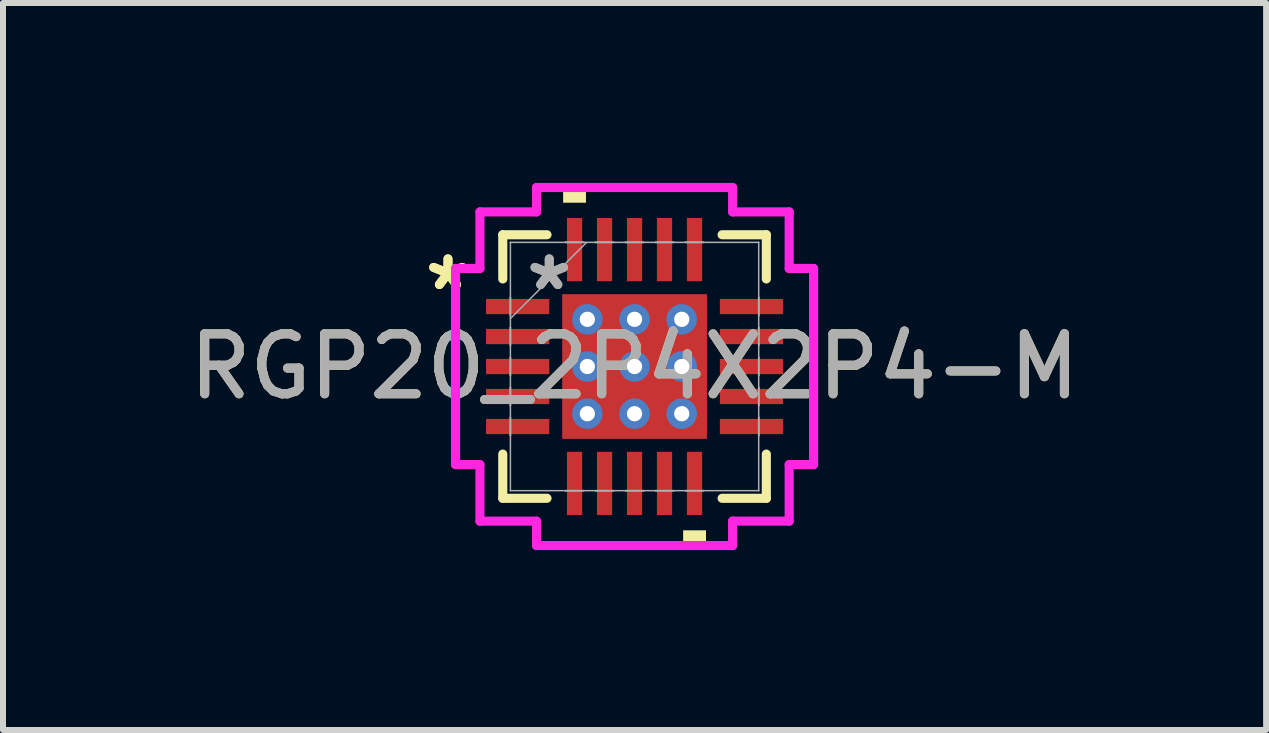
<source format=kicad_pcb>
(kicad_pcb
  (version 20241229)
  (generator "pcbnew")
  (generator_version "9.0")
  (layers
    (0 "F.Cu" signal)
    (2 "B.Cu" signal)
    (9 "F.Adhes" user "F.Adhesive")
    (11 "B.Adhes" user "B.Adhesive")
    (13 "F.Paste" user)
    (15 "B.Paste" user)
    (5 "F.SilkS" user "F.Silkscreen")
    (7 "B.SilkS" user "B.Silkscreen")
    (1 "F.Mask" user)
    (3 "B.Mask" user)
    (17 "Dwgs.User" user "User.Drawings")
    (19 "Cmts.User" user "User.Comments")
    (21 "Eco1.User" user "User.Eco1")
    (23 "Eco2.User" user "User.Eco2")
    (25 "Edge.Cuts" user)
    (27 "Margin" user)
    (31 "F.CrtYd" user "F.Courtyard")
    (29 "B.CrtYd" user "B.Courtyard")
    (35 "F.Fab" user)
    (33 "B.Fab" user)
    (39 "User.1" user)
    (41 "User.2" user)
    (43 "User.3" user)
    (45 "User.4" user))
  (footprint "RGP20_2P4X2P4-M"
    (layer "F.Cu")
    (at 7.53 3.061)
    (property "Reference" "RGP20_2P4X2P4-M" (at 0 0 0) (unlocked yes) (layer "F.SilkS") (effects (font (size 1 1) (thickness 0.15))))
    (attr smd)
    (fp_poly (pts (xy -1.27 -1.27) (xy -0.987 -1.27) (xy -0.987 1.27) (xy -1.27 1.27)) (stroke (width 0) (type solid)) (fill yes) (layer "F.Mask"))
    (fp_poly (pts (xy -1.27 -1.27) (xy 1.27 -1.27) (xy 1.27 -0.987) (xy -1.27 -0.987)) (stroke (width 0) (type solid)) (fill yes) (layer "F.Mask"))
    (fp_poly (pts (xy -1.27 -0.587) (xy 1.27 -0.587) (xy 1.27 -0.2) (xy -1.27 -0.2)) (stroke (width 0) (type solid)) (fill yes) (layer "F.Mask"))
    (fp_poly (pts (xy -1.27 0.2) (xy 1.27 0.2) (xy 1.27 0.587) (xy -1.27 0.587)) (stroke (width 0) (type solid)) (fill yes) (layer "F.Mask"))
    (fp_poly (pts (xy -1.27 0.987) (xy 1.27 0.987) (xy 1.27 1.27) (xy -1.27 1.27)) (stroke (width 0) (type solid)) (fill yes) (layer "F.Mask"))
    (fp_poly (pts (xy -0.2 -1.27) (xy -0.587 -1.27) (xy -0.587 1.27) (xy -0.2 1.27)) (stroke (width 0) (type solid)) (fill yes) (layer "F.Mask"))
    (fp_poly (pts (xy 0.587 -1.27) (xy 0.2 -1.27) (xy 0.2 1.27) (xy 0.587 1.27)) (stroke (width 0) (type solid)) (fill yes) (layer "F.Mask"))
    (fp_poly (pts (xy 0.987 -1.27) (xy 1.27 -1.27) (xy 1.27 1.27) (xy 0.987 1.27)) (stroke (width 0) (type solid)) (fill yes) (layer "F.Mask"))
    (fp_line (start -2.197 -2.197) (end -2.197 -1.46) (stroke (width 0.152) (type solid)) (layer "F.SilkS"))
    (fp_line (start -2.197 1.46) (end -2.197 2.197) (stroke (width 0.152) (type solid)) (layer "F.SilkS"))
    (fp_line (start -2.197 2.197) (end -1.46 2.197) (stroke (width 0.152) (type solid)) (layer "F.SilkS"))
    (fp_line (start -1.46 -2.197) (end -2.197 -2.197) (stroke (width 0.152) (type solid)) (layer "F.SilkS"))
    (fp_line (start 1.46 2.197) (end 2.197 2.197) (stroke (width 0.152) (type solid)) (layer "F.SilkS"))
    (fp_line (start 2.197 -2.197) (end 1.46 -2.197) (stroke (width 0.152) (type solid)) (layer "F.SilkS"))
    (fp_line (start 2.197 -1.46) (end 2.197 -2.197) (stroke (width 0.152) (type solid)) (layer "F.SilkS"))
    (fp_line (start 2.197 2.197) (end 2.197 1.46) (stroke (width 0.152) (type solid)) (layer "F.SilkS"))
    (fp_poly (pts (xy -1.191 -2.731) (xy -1.191 -2.985) (xy -0.81 -2.985) (xy -0.81 -2.731)) (stroke (width 0) (type solid)) (fill yes) (layer "F.SilkS"))
    (fp_poly (pts (xy 0.81 2.731) (xy 0.81 2.985) (xy 1.191 2.985) (xy 1.191 2.731)) (stroke (width 0) (type solid)) (fill yes) (layer "F.SilkS"))
    (fp_poly (pts (xy -1.132 -1.132) (xy -1.132 -0.887) (xy -1.029 -0.887) (xy -0.887 -1.029) (xy -0.887 -1.132)) (stroke (width 0) (type solid)) (fill yes) (layer "F.Paste"))
    (fp_poly (pts (xy -1.132 0.887) (xy -1.132 1.132) (xy -0.887 1.132) (xy -0.887 1.029) (xy -1.029 0.887)) (stroke (width 0) (type solid)) (fill yes) (layer "F.Paste"))
    (fp_poly (pts (xy 0.887 -1.132) (xy 0.887 -1.029) (xy 1.029 -0.887) (xy 1.132 -0.887) (xy 1.132 -1.132)) (stroke (width 0) (type solid)) (fill yes) (layer "F.Paste"))
    (fp_poly (pts (xy 1.029 0.887) (xy 0.887 1.029) (xy 0.887 1.132) (xy 1.132 1.132) (xy 1.132 0.887)) (stroke (width 0) (type solid)) (fill yes) (layer "F.Paste"))
    (fp_poly (pts (xy -1.132 -0.687) (xy -1.132 -0.1) (xy -1.029 -0.1) (xy -0.887 -0.241) (xy -0.887 -0.546) (xy -1.029 -0.687)) (stroke (width 0) (type solid)) (fill yes) (layer "F.Paste"))
    (fp_poly (pts (xy -1.132 0.1) (xy -1.132 0.687) (xy -1.029 0.687) (xy -0.887 0.546) (xy -0.887 0.241) (xy -1.029 0.1)) (stroke (width 0) (type solid)) (fill yes) (layer "F.Paste"))
    (fp_poly (pts (xy -0.687 -1.132) (xy -0.687 -1.029) (xy -0.546 -0.887) (xy -0.241 -0.887) (xy -0.1 -1.029) (xy -0.1 -1.132)) (stroke (width 0) (type solid)) (fill yes) (layer "F.Paste"))
    (fp_poly (pts (xy -0.546 0.887) (xy -0.687 1.029) (xy -0.687 1.132) (xy -0.1 1.132) (xy -0.1 1.029) (xy -0.241 0.887)) (stroke (width 0) (type solid)) (fill yes) (layer "F.Paste"))
    (fp_poly (pts (xy 0.1 -1.132) (xy 0.1 -1.029) (xy 0.241 -0.887) (xy 0.546 -0.887) (xy 0.687 -1.029) (xy 0.687 -1.132)) (stroke (width 0) (type solid)) (fill yes) (layer "F.Paste"))
    (fp_poly (pts (xy 0.241 0.887) (xy 0.1 1.029) (xy 0.1 1.132) (xy 0.687 1.132) (xy 0.687 1.029) (xy 0.546 0.887)) (stroke (width 0) (type solid)) (fill yes) (layer "F.Paste"))
    (fp_poly (pts (xy 1.029 -0.687) (xy 0.887 -0.546) (xy 0.887 -0.241) (xy 1.029 -0.1) (xy 1.132 -0.1) (xy 1.132 -0.687)) (stroke (width 0) (type solid)) (fill yes) (layer "F.Paste"))
    (fp_poly (pts (xy 1.029 0.1) (xy 0.887 0.241) (xy 0.887 0.546) (xy 1.029 0.687) (xy 1.132 0.687) (xy 1.132 0.1)) (stroke (width 0) (type solid)) (fill yes) (layer "F.Paste"))
    (fp_poly (pts (xy -0.546 -0.687) (xy -0.687 -0.546) (xy -0.687 -0.241) (xy -0.546 -0.1) (xy -0.241 -0.1) (xy -0.1 -0.241) (xy -0.1 -0.546) (xy -0.241 -0.687)) (stroke (width 0) (type solid)) (fill yes) (layer "F.Paste"))
    (fp_poly (pts (xy -0.546 0.1) (xy -0.687 0.241) (xy -0.687 0.546) (xy -0.546 0.687) (xy -0.241 0.687) (xy -0.1 0.546) (xy -0.1 0.241) (xy -0.241 0.1)) (stroke (width 0) (type solid)) (fill yes) (layer "F.Paste"))
    (fp_poly (pts (xy 0.241 -0.687) (xy 0.1 -0.546) (xy 0.1 -0.241) (xy 0.241 -0.1) (xy 0.546 -0.1) (xy 0.687 -0.241) (xy 0.687 -0.546) (xy 0.546 -0.687)) (stroke (width 0) (type solid)) (fill yes) (layer "F.Paste"))
    (fp_poly (pts (xy 0.241 0.1) (xy 0.1 0.241) (xy 0.1 0.546) (xy 0.241 0.687) (xy 0.546 0.687) (xy 0.687 0.546) (xy 0.687 0.241) (xy 0.546 0.1)) (stroke (width 0) (type solid)) (fill yes) (layer "F.Paste"))
    (fp_line (start -2.985 -1.635) (end -2.578 -1.635) (stroke (width 0.152) (type solid)) (layer "F.CrtYd"))
    (fp_line (start -2.985 1.635) (end -2.985 -1.635) (stroke (width 0.152) (type solid)) (layer "F.CrtYd"))
    (fp_line (start -2.578 -2.578) (end -1.635 -2.578) (stroke (width 0.152) (type solid)) (layer "F.CrtYd"))
    (fp_line (start -2.578 -1.635) (end -2.578 -2.578) (stroke (width 0.152) (type solid)) (layer "F.CrtYd"))
    (fp_line (start -2.578 1.635) (end -2.985 1.635) (stroke (width 0.152) (type solid)) (layer "F.CrtYd"))
    (fp_line (start -2.578 2.578) (end -2.578 1.635) (stroke (width 0.152) (type solid)) (layer "F.CrtYd"))
    (fp_line (start -1.635 -2.985) (end 1.635 -2.985) (stroke (width 0.152) (type solid)) (layer "F.CrtYd"))
    (fp_line (start -1.635 -2.578) (end -1.635 -2.985) (stroke (width 0.152) (type solid)) (layer "F.CrtYd"))
    (fp_line (start -1.635 2.578) (end -2.578 2.578) (stroke (width 0.152) (type solid)) (layer "F.CrtYd"))
    (fp_line (start -1.635 2.985) (end -1.635 2.578) (stroke (width 0.152) (type solid)) (layer "F.CrtYd"))
    (fp_line (start 1.635 -2.985) (end 1.635 -2.578) (stroke (width 0.152) (type solid)) (layer "F.CrtYd"))
    (fp_line (start 1.635 -2.578) (end 2.578 -2.578) (stroke (width 0.152) (type solid)) (layer "F.CrtYd"))
    (fp_line (start 1.635 2.578) (end 1.635 2.985) (stroke (width 0.152) (type solid)) (layer "F.CrtYd"))
    (fp_line (start 1.635 2.985) (end -1.635 2.985) (stroke (width 0.152) (type solid)) (layer "F.CrtYd"))
    (fp_line (start 2.578 -2.578) (end 2.578 -1.635) (stroke (width 0.152) (type solid)) (layer "F.CrtYd"))
    (fp_line (start 2.578 -1.635) (end 2.985 -1.635) (stroke (width 0.152) (type solid)) (layer "F.CrtYd"))
    (fp_line (start 2.578 1.635) (end 2.578 2.578) (stroke (width 0.152) (type solid)) (layer "F.CrtYd"))
    (fp_line (start 2.578 2.578) (end 1.635 2.578) (stroke (width 0.152) (type solid)) (layer "F.CrtYd"))
    (fp_line (start 2.985 -1.635) (end 2.985 1.635) (stroke (width 0.152) (type solid)) (layer "F.CrtYd"))
    (fp_line (start 2.985 1.635) (end 2.578 1.635) (stroke (width 0.152) (type solid)) (layer "F.CrtYd"))
    (fp_line (start -2.07 -2.07) (end -2.07 -2.07) (stroke (width 0.025) (type solid)) (layer "F.Fab"))
    (fp_line (start -2.07 -2.07) (end -2.07 2.07) (stroke (width 0.025) (type solid)) (layer "F.Fab"))
    (fp_line (start -2.07 -1.152) (end -2.07 -1.152) (stroke (width 0.025) (type solid)) (layer "F.Fab"))
    (fp_line (start -2.07 -1.152) (end -2.07 -0.848) (stroke (width 0.025) (type solid)) (layer "F.Fab"))
    (fp_line (start -2.07 -0.848) (end -2.07 -1.152) (stroke (width 0.025) (type solid)) (layer "F.Fab"))
    (fp_line (start -2.07 -0.848) (end -2.07 -0.848) (stroke (width 0.025) (type solid)) (layer "F.Fab"))
    (fp_line (start -2.07 -0.8) (end -0.8 -2.07) (stroke (width 0.025) (type solid)) (layer "F.Fab"))
    (fp_line (start -2.07 -0.652) (end -2.07 -0.652) (stroke (width 0.025) (type solid)) (layer "F.Fab"))
    (fp_line (start -2.07 -0.652) (end -2.07 -0.348) (stroke (width 0.025) (type solid)) (layer "F.Fab"))
    (fp_line (start -2.07 -0.348) (end -2.07 -0.652) (stroke (width 0.025) (type solid)) (layer "F.Fab"))
    (fp_line (start -2.07 -0.348) (end -2.07 -0.348) (stroke (width 0.025) (type solid)) (layer "F.Fab"))
    (fp_line (start -2.07 -0.152) (end -2.07 -0.152) (stroke (width 0.025) (type solid)) (layer "F.Fab"))
    (fp_line (start -2.07 -0.152) (end -2.07 0.152) (stroke (width 0.025) (type solid)) (layer "F.Fab"))
    (fp_line (start -2.07 0.152) (end -2.07 -0.152) (stroke (width 0.025) (type solid)) (layer "F.Fab"))
    (fp_line (start -2.07 0.152) (end -2.07 0.152) (stroke (width 0.025) (type solid)) (layer "F.Fab"))
    (fp_line (start -2.07 0.348) (end -2.07 0.348) (stroke (width 0.025) (type solid)) (layer "F.Fab"))
    (fp_line (start -2.07 0.348) (end -2.07 0.652) (stroke (width 0.025) (type solid)) (layer "F.Fab"))
    (fp_line (start -2.07 0.652) (end -2.07 0.348) (stroke (width 0.025) (type solid)) (layer "F.Fab"))
    (fp_line (start -2.07 0.652) (end -2.07 0.652) (stroke (width 0.025) (type solid)) (layer "F.Fab"))
    (fp_line (start -2.07 0.848) (end -2.07 0.848) (stroke (width 0.025) (type solid)) (layer "F.Fab"))
    (fp_line (start -2.07 0.848) (end -2.07 1.152) (stroke (width 0.025) (type solid)) (layer "F.Fab"))
    (fp_line (start -2.07 1.152) (end -2.07 0.848) (stroke (width 0.025) (type solid)) (layer "F.Fab"))
    (fp_line (start -2.07 1.152) (end -2.07 1.152) (stroke (width 0.025) (type solid)) (layer "F.Fab"))
    (fp_line (start -2.07 2.07) (end -2.07 2.07) (stroke (width 0.025) (type solid)) (layer "F.Fab"))
    (fp_line (start -2.07 2.07) (end 2.07 2.07) (stroke (width 0.025) (type solid)) (layer "F.Fab"))
    (fp_line (start -1.152 -2.07) (end -1.152 -2.07) (stroke (width 0.025) (type solid)) (layer "F.Fab"))
    (fp_line (start -1.152 -2.07) (end -0.848 -2.07) (stroke (width 0.025) (type solid)) (layer "F.Fab"))
    (fp_line (start -1.152 2.07) (end -1.152 2.07) (stroke (width 0.025) (type solid)) (layer "F.Fab"))
    (fp_line (start -1.152 2.07) (end -0.848 2.07) (stroke (width 0.025) (type solid)) (layer "F.Fab"))
    (fp_line (start -0.848 -2.07) (end -1.152 -2.07) (stroke (width 0.025) (type solid)) (layer "F.Fab"))
    (fp_line (start -0.848 -2.07) (end -0.848 -2.07) (stroke (width 0.025) (type solid)) (layer "F.Fab"))
    (fp_line (start -0.848 2.07) (end -1.152 2.07) (stroke (width 0.025) (type solid)) (layer "F.Fab"))
    (fp_line (start -0.848 2.07) (end -0.848 2.07) (stroke (width 0.025) (type solid)) (layer "F.Fab"))
    (fp_line (start -0.652 -2.07) (end -0.652 -2.07) (stroke (width 0.025) (type solid)) (layer "F.Fab"))
    (fp_line (start -0.652 -2.07) (end -0.348 -2.07) (stroke (width 0.025) (type solid)) (layer "F.Fab"))
    (fp_line (start -0.652 2.07) (end -0.652 2.07) (stroke (width 0.025) (type solid)) (layer "F.Fab"))
    (fp_line (start -0.652 2.07) (end -0.348 2.07) (stroke (width 0.025) (type solid)) (layer "F.Fab"))
    (fp_line (start -0.348 -2.07) (end -0.652 -2.07) (stroke (width 0.025) (type solid)) (layer "F.Fab"))
    (fp_line (start -0.348 -2.07) (end -0.348 -2.07) (stroke (width 0.025) (type solid)) (layer "F.Fab"))
    (fp_line (start -0.348 2.07) (end -0.652 2.07) (stroke (width 0.025) (type solid)) (layer "F.Fab"))
    (fp_line (start -0.348 2.07) (end -0.348 2.07) (stroke (width 0.025) (type solid)) (layer "F.Fab"))
    (fp_line (start -0.152 -2.07) (end -0.152 -2.07) (stroke (width 0.025) (type solid)) (layer "F.Fab"))
    (fp_line (start -0.152 -2.07) (end 0.152 -2.07) (stroke (width 0.025) (type solid)) (layer "F.Fab"))
    (fp_line (start -0.152 2.07) (end -0.152 2.07) (stroke (width 0.025) (type solid)) (layer "F.Fab"))
    (fp_line (start -0.152 2.07) (end 0.152 2.07) (stroke (width 0.025) (type solid)) (layer "F.Fab"))
    (fp_line (start 0.152 -2.07) (end -0.152 -2.07) (stroke (width 0.025) (type solid)) (layer "F.Fab"))
    (fp_line (start 0.152 -2.07) (end 0.152 -2.07) (stroke (width 0.025) (type solid)) (layer "F.Fab"))
    (fp_line (start 0.152 2.07) (end -0.152 2.07) (stroke (width 0.025) (type solid)) (layer "F.Fab"))
    (fp_line (start 0.152 2.07) (end 0.152 2.07) (stroke (width 0.025) (type solid)) (layer "F.Fab"))
    (fp_line (start 0.348 -2.07) (end 0.348 -2.07) (stroke (width 0.025) (type solid)) (layer "F.Fab"))
    (fp_line (start 0.348 -2.07) (end 0.652 -2.07) (stroke (width 0.025) (type solid)) (layer "F.Fab"))
    (fp_line (start 0.348 2.07) (end 0.348 2.07) (stroke (width 0.025) (type solid)) (layer "F.Fab"))
    (fp_line (start 0.348 2.07) (end 0.652 2.07) (stroke (width 0.025) (type solid)) (layer "F.Fab"))
    (fp_line (start 0.652 -2.07) (end 0.348 -2.07) (stroke (width 0.025) (type solid)) (layer "F.Fab"))
    (fp_line (start 0.652 -2.07) (end 0.652 -2.07) (stroke (width 0.025) (type solid)) (layer "F.Fab"))
    (fp_line (start 0.652 2.07) (end 0.348 2.07) (stroke (width 0.025) (type solid)) (layer "F.Fab"))
    (fp_line (start 0.652 2.07) (end 0.652 2.07) (stroke (width 0.025) (type solid)) (layer "F.Fab"))
    (fp_line (start 0.848 -2.07) (end 0.848 -2.07) (stroke (width 0.025) (type solid)) (layer "F.Fab"))
    (fp_line (start 0.848 -2.07) (end 1.152 -2.07) (stroke (width 0.025) (type solid)) (layer "F.Fab"))
    (fp_line (start 0.848 2.07) (end 0.848 2.07) (stroke (width 0.025) (type solid)) (layer "F.Fab"))
    (fp_line (start 0.848 2.07) (end 1.152 2.07) (stroke (width 0.025) (type solid)) (layer "F.Fab"))
    (fp_line (start 1.152 -2.07) (end 0.848 -2.07) (stroke (width 0.025) (type solid)) (layer "F.Fab"))
    (fp_line (start 1.152 -2.07) (end 1.152 -2.07) (stroke (width 0.025) (type solid)) (layer "F.Fab"))
    (fp_line (start 1.152 2.07) (end 0.848 2.07) (stroke (width 0.025) (type solid)) (layer "F.Fab"))
    (fp_line (start 1.152 2.07) (end 1.152 2.07) (stroke (width 0.025) (type solid)) (layer "F.Fab"))
    (fp_line (start 2.07 -2.07) (end -2.07 -2.07) (stroke (width 0.025) (type solid)) (layer "F.Fab"))
    (fp_line (start 2.07 -2.07) (end 2.07 -2.07) (stroke (width 0.025) (type solid)) (layer "F.Fab"))
    (fp_line (start 2.07 -1.152) (end 2.07 -1.152) (stroke (width 0.025) (type solid)) (layer "F.Fab"))
    (fp_line (start 2.07 -1.152) (end 2.07 -0.848) (stroke (width 0.025) (type solid)) (layer "F.Fab"))
    (fp_line (start 2.07 -0.848) (end 2.07 -1.152) (stroke (width 0.025) (type solid)) (layer "F.Fab"))
    (fp_line (start 2.07 -0.848) (end 2.07 -0.848) (stroke (width 0.025) (type solid)) (layer "F.Fab"))
    (fp_line (start 2.07 -0.652) (end 2.07 -0.652) (stroke (width 0.025) (type solid)) (layer "F.Fab"))
    (fp_line (start 2.07 -0.652) (end 2.07 -0.348) (stroke (width 0.025) (type solid)) (layer "F.Fab"))
    (fp_line (start 2.07 -0.348) (end 2.07 -0.652) (stroke (width 0.025) (type solid)) (layer "F.Fab"))
    (fp_line (start 2.07 -0.348) (end 2.07 -0.348) (stroke (width 0.025) (type solid)) (layer "F.Fab"))
    (fp_line (start 2.07 -0.152) (end 2.07 -0.152) (stroke (width 0.025) (type solid)) (layer "F.Fab"))
    (fp_line (start 2.07 -0.152) (end 2.07 0.152) (stroke (width 0.025) (type solid)) (layer "F.Fab"))
    (fp_line (start 2.07 0.152) (end 2.07 -0.152) (stroke (width 0.025) (type solid)) (layer "F.Fab"))
    (fp_line (start 2.07 0.152) (end 2.07 0.152) (stroke (width 0.025) (type solid)) (layer "F.Fab"))
    (fp_line (start 2.07 0.348) (end 2.07 0.348) (stroke (width 0.025) (type solid)) (layer "F.Fab"))
    (fp_line (start 2.07 0.348) (end 2.07 0.652) (stroke (width 0.025) (type solid)) (layer "F.Fab"))
    (fp_line (start 2.07 0.652) (end 2.07 0.348) (stroke (width 0.025) (type solid)) (layer "F.Fab"))
    (fp_line (start 2.07 0.652) (end 2.07 0.652) (stroke (width 0.025) (type solid)) (layer "F.Fab"))
    (fp_line (start 2.07 0.848) (end 2.07 0.848) (stroke (width 0.025) (type solid)) (layer "F.Fab"))
    (fp_line (start 2.07 0.848) (end 2.07 1.152) (stroke (width 0.025) (type solid)) (layer "F.Fab"))
    (fp_line (start 2.07 1.152) (end 2.07 0.848) (stroke (width 0.025) (type solid)) (layer "F.Fab"))
    (fp_line (start 2.07 1.152) (end 2.07 1.152) (stroke (width 0.025) (type solid)) (layer "F.Fab"))
    (fp_line (start 2.07 2.07) (end 2.07 -2.07) (stroke (width 0.025) (type solid)) (layer "F.Fab"))
    (fp_line (start 2.07 2.07) (end 2.07 2.07) (stroke (width 0.025) (type solid)) (layer "F.Fab"))
    (fp_text user "*" (at -3.111 -1.25 0) (layer "F.SilkS") (effects (font (size 1 1) (thickness 0.15))))
    (fp_text user "*" (at -3.111 -1.25 0) (unlocked yes) (layer "F.SilkS") (effects (font (size 1 1) (thickness 0.15))))
    (fp_text user "*" (at -1.422 -1.25 0) (layer "F.Fab") (effects (font (size 1 1) (thickness 0.15))))
    (fp_text user "${REFERENCE}" (at 0 0 0) (unlocked yes) (layer "F.Fab") (effects (font (size 1 1) (thickness 0.15))))
    (fp_text user "*" (at -1.422 -1.25 0) (unlocked yes) (layer "F.Fab") (effects (font (size 1 1) (thickness 0.15))))
    (pad "1" smd rect (at -1.949 -1 90) (size 0.254 1.054) (layers "F.Cu" "F.Mask" "F.Paste"))
    (pad "2" smd rect (at -1.949 -0.5 90) (size 0.254 1.054) (layers "F.Cu" "F.Mask" "F.Paste"))
    (pad "3" smd rect (at -1.949 0 90) (size 0.254 1.054) (layers "F.Cu" "F.Mask" "F.Paste"))
    (pad "4" smd rect (at -1.949 0.5 90) (size 0.254 1.054) (layers "F.Cu" "F.Mask" "F.Paste"))
    (pad "5" smd rect (at -1.949 1 90) (size 0.254 1.054) (layers "F.Cu" "F.Mask" "F.Paste"))
    (pad "6" smd rect (at -1 1.949) (size 0.254 1.054) (layers "F.Cu" "F.Mask" "F.Paste"))
    (pad "7" smd rect (at -0.5 1.949) (size 0.254 1.054) (layers "F.Cu" "F.Mask" "F.Paste"))
    (pad "8" smd rect (at 0 1.949) (size 0.254 1.054) (layers "F.Cu" "F.Mask" "F.Paste"))
    (pad "9" smd rect (at 0.5 1.949) (size 0.254 1.054) (layers "F.Cu" "F.Mask" "F.Paste"))
    (pad "10" smd rect (at 1 1.949) (size 0.254 1.054) (layers "F.Cu" "F.Mask" "F.Paste"))
    (pad "11" smd rect (at 1.949 1 90) (size 0.254 1.054) (layers "F.Cu" "F.Mask" "F.Paste"))
    (pad "12" smd rect (at 1.949 0.5 90) (size 0.254 1.054) (layers "F.Cu" "F.Mask" "F.Paste"))
    (pad "13" smd rect (at 1.949 0 90) (size 0.254 1.054) (layers "F.Cu" "F.Mask" "F.Paste"))
    (pad "14" smd rect (at 1.949 -0.5 90) (size 0.254 1.054) (layers "F.Cu" "F.Mask" "F.Paste"))
    (pad "15" smd rect (at 1.949 -1 90) (size 0.254 1.054) (layers "F.Cu" "F.Mask" "F.Paste"))
    (pad "16" smd rect (at 1 -1.949) (size 0.254 1.054) (layers "F.Cu" "F.Mask" "F.Paste"))
    (pad "17" smd rect (at 0.5 -1.949) (size 0.254 1.054) (layers "F.Cu" "F.Mask" "F.Paste"))
    (pad "18" smd rect (at 0 -1.949) (size 0.254 1.054) (layers "F.Cu" "F.Mask" "F.Paste"))
    (pad "19" smd rect (at -0.5 -1.949) (size 0.254 1.054) (layers "F.Cu" "F.Mask" "F.Paste"))
    (pad "20" smd rect (at -1 -1.949) (size 0.254 1.054) (layers "F.Cu" "F.Mask" "F.Paste"))
    (pad "21" smd rect (at 0 0) (size 2.413 2.413) (layers "F.Cu"))
    (pad "V" thru_hole circle (at -0.787 -0.787) (size 0.508 0.508) (drill 0.254) (layers "*.Cu" "*.Mask"))
    (pad "V" thru_hole circle (at -0.787 0) (size 0.508 0.508) (drill 0.254) (layers "*.Cu" "*.Mask"))
    (pad "V" thru_hole circle (at -0.787 0.787) (size 0.508 0.508) (drill 0.254) (layers "*.Cu" "*.Mask"))
    (pad "V" thru_hole circle (at 0 -0.787) (size 0.508 0.508) (drill 0.254) (layers "*.Cu" "*.Mask"))
    (pad "V" thru_hole circle (at 0 0) (size 0.508 0.508) (drill 0.254) (layers "*.Cu" "*.Mask"))
    (pad "V" thru_hole circle (at 0 0.787) (size 0.508 0.508) (drill 0.254) (layers "*.Cu" "*.Mask"))
    (pad "V" thru_hole circle (at 0.787 -0.787) (size 0.508 0.508) (drill 0.254) (layers "*.Cu" "*.Mask"))
    (pad "V" thru_hole circle (at 0.787 0) (size 0.508 0.508) (drill 0.254) (layers "*.Cu" "*.Mask"))
    (pad "V" thru_hole circle (at 0.787 0.787) (size 0.508 0.508) (drill 0.254) (layers "*.Cu" "*.Mask")))
  (gr_rect
    (start -3 -3)
    (end 18.06 9.121)
    (stroke (width 0.1) (type default))
    (fill no)
    (layer "Edge.Cuts")))
</source>
